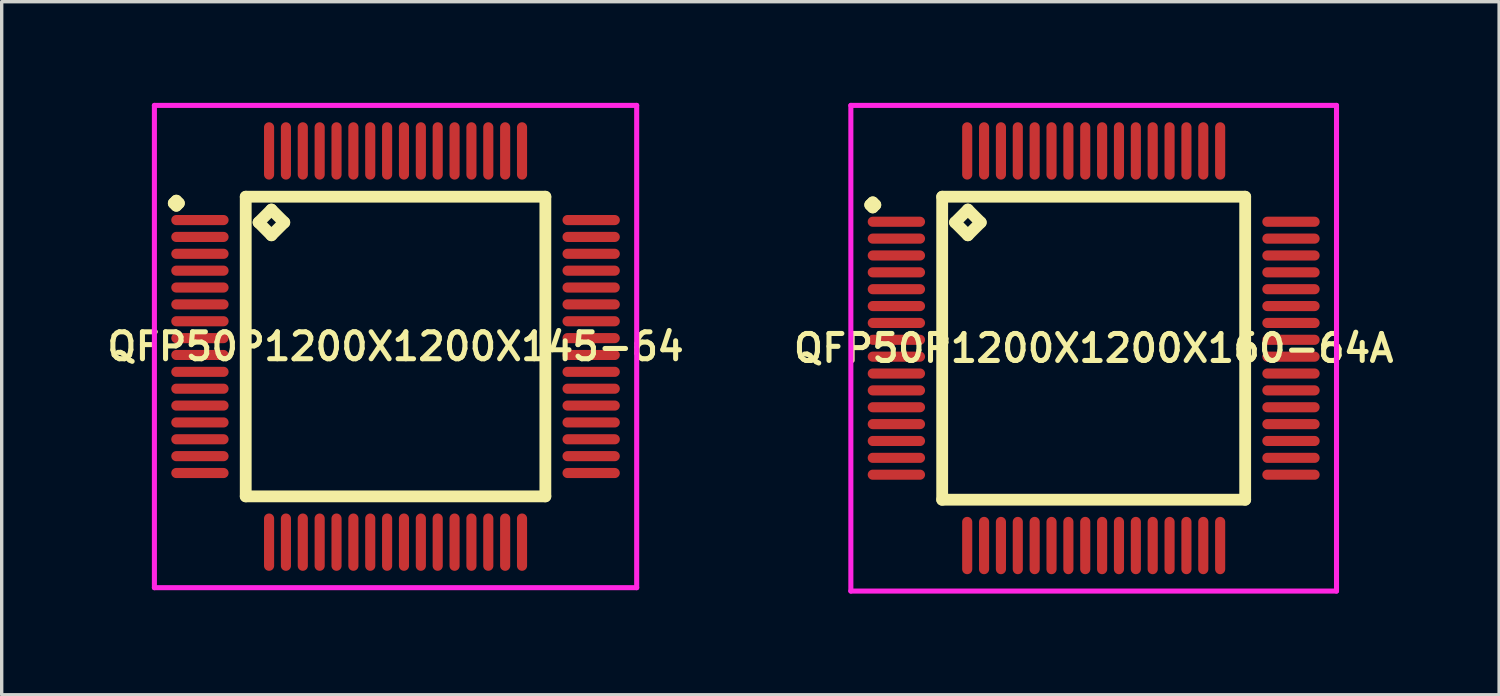
<source format=kicad_pcb>
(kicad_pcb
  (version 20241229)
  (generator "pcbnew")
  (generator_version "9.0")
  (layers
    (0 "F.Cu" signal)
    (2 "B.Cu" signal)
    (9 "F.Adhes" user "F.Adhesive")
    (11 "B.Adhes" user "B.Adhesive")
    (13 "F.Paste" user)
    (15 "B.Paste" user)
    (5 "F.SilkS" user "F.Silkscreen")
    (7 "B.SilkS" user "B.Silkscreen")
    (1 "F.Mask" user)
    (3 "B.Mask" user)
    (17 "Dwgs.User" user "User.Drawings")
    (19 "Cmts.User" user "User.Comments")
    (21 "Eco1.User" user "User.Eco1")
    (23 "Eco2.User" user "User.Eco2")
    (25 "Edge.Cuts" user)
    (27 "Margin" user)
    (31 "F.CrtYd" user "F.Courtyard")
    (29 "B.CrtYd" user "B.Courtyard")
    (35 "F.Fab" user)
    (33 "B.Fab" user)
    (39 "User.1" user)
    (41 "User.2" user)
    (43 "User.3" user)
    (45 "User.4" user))
  (footprint "QFP50P1200X1200X160-64A"
    (layer "F.Cu")
    (at 29.378 7.275)
    (property "Reference" "QFP50P1200X1200X160-64A" (at 0 0 0) (layer "F.SilkS") (effects (font (size 0.8 0.8) (thickness 0.15))))
    (attr through_hole)
    (fp_line (start -6.625 -4.25) (end -6.55 -4.325) (stroke (width 0.35) (type solid)) (layer "F.SilkS"))
    (fp_line (start -6.55 -4.325) (end -6.475 -4.25) (stroke (width 0.35) (type solid)) (layer "F.SilkS"))
    (fp_line (start -6.55 -4.175) (end -6.625 -4.25) (stroke (width 0.35) (type solid)) (layer "F.SilkS"))
    (fp_line (start -6.475 -4.25) (end -6.55 -4.175) (stroke (width 0.35) (type solid)) (layer "F.SilkS"))
    (fp_line (start -4.492 -4.492) (end -4.492 4.492) (stroke (width 0.35) (type solid)) (layer "F.SilkS"))
    (fp_line (start -4.492 4.492) (end 4.492 4.492) (stroke (width 0.35) (type solid)) (layer "F.SilkS"))
    (fp_line (start -4.111 -3.73) (end -3.73 -4.111) (stroke (width 0.35) (type solid)) (layer "F.SilkS"))
    (fp_line (start -3.73 -4.111) (end -3.349 -3.73) (stroke (width 0.35) (type solid)) (layer "F.SilkS"))
    (fp_line (start -3.73 -3.349) (end -4.111 -3.73) (stroke (width 0.35) (type solid)) (layer "F.SilkS"))
    (fp_line (start -3.349 -3.73) (end -3.73 -3.349) (stroke (width 0.35) (type solid)) (layer "F.SilkS"))
    (fp_line (start 4.492 -4.492) (end -4.492 -4.492) (stroke (width 0.35) (type solid)) (layer "F.SilkS"))
    (fp_line (start 4.492 4.492) (end 4.492 -4.492) (stroke (width 0.35) (type solid)) (layer "F.SilkS"))
    (fp_line (start -7.2 -7.2) (end 7.2 -7.2) (stroke (width 0.15) (type solid)) (layer "F.CrtYd"))
    (fp_line (start -7.2 7.2) (end -7.2 -7.2) (stroke (width 0.15) (type solid)) (layer "F.CrtYd"))
    (fp_line (start 7.2 -7.2) (end 7.2 7.2) (stroke (width 0.15) (type solid)) (layer "F.CrtYd"))
    (fp_line (start 7.2 7.2) (end -7.2 7.2) (stroke (width 0.15) (type solid)) (layer "F.CrtYd"))
    (pad "1" smd oval (at -5.85 -3.75) (size 1.7 0.3) (layers "F.Cu" "F.Mask" "F.Paste"))
    (pad "2" smd oval (at -5.85 -3.25) (size 1.7 0.3) (layers "F.Cu" "F.Mask" "F.Paste"))
    (pad "3" smd oval (at -5.85 -2.75) (size 1.7 0.3) (layers "F.Cu" "F.Mask" "F.Paste"))
    (pad "4" smd oval (at -5.85 -2.25) (size 1.7 0.3) (layers "F.Cu" "F.Mask" "F.Paste"))
    (pad "5" smd oval (at -5.85 -1.75) (size 1.7 0.3) (layers "F.Cu" "F.Mask" "F.Paste"))
    (pad "6" smd oval (at -5.85 -1.25) (size 1.7 0.3) (layers "F.Cu" "F.Mask" "F.Paste"))
    (pad "7" smd oval (at -5.85 -0.75) (size 1.7 0.3) (layers "F.Cu" "F.Mask" "F.Paste"))
    (pad "8" smd oval (at -5.85 -0.25) (size 1.7 0.3) (layers "F.Cu" "F.Mask" "F.Paste"))
    (pad "9" smd oval (at -5.85 0.25) (size 1.7 0.3) (layers "F.Cu" "F.Mask" "F.Paste"))
    (pad "10" smd oval (at -5.85 0.75) (size 1.7 0.3) (layers "F.Cu" "F.Mask" "F.Paste"))
    (pad "11" smd oval (at -5.85 1.25) (size 1.7 0.3) (layers "F.Cu" "F.Mask" "F.Paste"))
    (pad "12" smd oval (at -5.85 1.75) (size 1.7 0.3) (layers "F.Cu" "F.Mask" "F.Paste"))
    (pad "13" smd oval (at -5.85 2.25) (size 1.7 0.3) (layers "F.Cu" "F.Mask" "F.Paste"))
    (pad "14" smd oval (at -5.85 2.75) (size 1.7 0.3) (layers "F.Cu" "F.Mask" "F.Paste"))
    (pad "15" smd oval (at -5.85 3.25) (size 1.7 0.3) (layers "F.Cu" "F.Mask" "F.Paste"))
    (pad "16" smd oval (at -5.85 3.75) (size 1.7 0.3) (layers "F.Cu" "F.Mask" "F.Paste"))
    (pad "17" smd oval (at -3.75 5.85) (size 0.3 1.7) (layers "F.Cu" "F.Mask" "F.Paste"))
    (pad "18" smd oval (at -3.25 5.85) (size 0.3 1.7) (layers "F.Cu" "F.Mask" "F.Paste"))
    (pad "19" smd oval (at -2.75 5.85) (size 0.3 1.7) (layers "F.Cu" "F.Mask" "F.Paste"))
    (pad "20" smd oval (at -2.25 5.85) (size 0.3 1.7) (layers "F.Cu" "F.Mask" "F.Paste"))
    (pad "21" smd oval (at -1.75 5.85) (size 0.3 1.7) (layers "F.Cu" "F.Mask" "F.Paste"))
    (pad "22" smd oval (at -1.25 5.85) (size 0.3 1.7) (layers "F.Cu" "F.Mask" "F.Paste"))
    (pad "23" smd oval (at -0.75 5.85) (size 0.3 1.7) (layers "F.Cu" "F.Mask" "F.Paste"))
    (pad "24" smd oval (at -0.25 5.85) (size 0.3 1.7) (layers "F.Cu" "F.Mask" "F.Paste"))
    (pad "25" smd oval (at 0.25 5.85) (size 0.3 1.7) (layers "F.Cu" "F.Mask" "F.Paste"))
    (pad "26" smd oval (at 0.75 5.85) (size 0.3 1.7) (layers "F.Cu" "F.Mask" "F.Paste"))
    (pad "27" smd oval (at 1.25 5.85) (size 0.3 1.7) (layers "F.Cu" "F.Mask" "F.Paste"))
    (pad "28" smd oval (at 1.75 5.85) (size 0.3 1.7) (layers "F.Cu" "F.Mask" "F.Paste"))
    (pad "29" smd oval (at 2.25 5.85) (size 0.3 1.7) (layers "F.Cu" "F.Mask" "F.Paste"))
    (pad "30" smd oval (at 2.75 5.85) (size 0.3 1.7) (layers "F.Cu" "F.Mask" "F.Paste"))
    (pad "31" smd oval (at 3.25 5.85) (size 0.3 1.7) (layers "F.Cu" "F.Mask" "F.Paste"))
    (pad "32" smd oval (at 3.75 5.85) (size 0.3 1.7) (layers "F.Cu" "F.Mask" "F.Paste"))
    (pad "33" smd oval (at 5.85 3.75) (size 1.7 0.3) (layers "F.Cu" "F.Mask" "F.Paste"))
    (pad "34" smd oval (at 5.85 3.25) (size 1.7 0.3) (layers "F.Cu" "F.Mask" "F.Paste"))
    (pad "35" smd oval (at 5.85 2.75) (size 1.7 0.3) (layers "F.Cu" "F.Mask" "F.Paste"))
    (pad "36" smd oval (at 5.85 2.25) (size 1.7 0.3) (layers "F.Cu" "F.Mask" "F.Paste"))
    (pad "37" smd oval (at 5.85 1.75) (size 1.7 0.3) (layers "F.Cu" "F.Mask" "F.Paste"))
    (pad "38" smd oval (at 5.85 1.25) (size 1.7 0.3) (layers "F.Cu" "F.Mask" "F.Paste"))
    (pad "39" smd oval (at 5.85 0.75) (size 1.7 0.3) (layers "F.Cu" "F.Mask" "F.Paste"))
    (pad "40" smd oval (at 5.85 0.25) (size 1.7 0.3) (layers "F.Cu" "F.Mask" "F.Paste"))
    (pad "41" smd oval (at 5.85 -0.25) (size 1.7 0.3) (layers "F.Cu" "F.Mask" "F.Paste"))
    (pad "42" smd oval (at 5.85 -0.75) (size 1.7 0.3) (layers "F.Cu" "F.Mask" "F.Paste"))
    (pad "43" smd oval (at 5.85 -1.25) (size 1.7 0.3) (layers "F.Cu" "F.Mask" "F.Paste"))
    (pad "44" smd oval (at 5.85 -1.75) (size 1.7 0.3) (layers "F.Cu" "F.Mask" "F.Paste"))
    (pad "45" smd oval (at 5.85 -2.25) (size 1.7 0.3) (layers "F.Cu" "F.Mask" "F.Paste"))
    (pad "46" smd oval (at 5.85 -2.75) (size 1.7 0.3) (layers "F.Cu" "F.Mask" "F.Paste"))
    (pad "47" smd oval (at 5.85 -3.25) (size 1.7 0.3) (layers "F.Cu" "F.Mask" "F.Paste"))
    (pad "48" smd oval (at 5.85 -3.75) (size 1.7 0.3) (layers "F.Cu" "F.Mask" "F.Paste"))
    (pad "49" smd oval (at 3.75 -5.85) (size 0.3 1.7) (layers "F.Cu" "F.Mask" "F.Paste"))
    (pad "50" smd oval (at 3.25 -5.85) (size 0.3 1.7) (layers "F.Cu" "F.Mask" "F.Paste"))
    (pad "51" smd oval (at 2.75 -5.85) (size 0.3 1.7) (layers "F.Cu" "F.Mask" "F.Paste"))
    (pad "52" smd oval (at 2.25 -5.85) (size 0.3 1.7) (layers "F.Cu" "F.Mask" "F.Paste"))
    (pad "53" smd oval (at 1.75 -5.85) (size 0.3 1.7) (layers "F.Cu" "F.Mask" "F.Paste"))
    (pad "54" smd oval (at 1.25 -5.85) (size 0.3 1.7) (layers "F.Cu" "F.Mask" "F.Paste"))
    (pad "55" smd oval (at 0.75 -5.85) (size 0.3 1.7) (layers "F.Cu" "F.Mask" "F.Paste"))
    (pad "56" smd oval (at 0.25 -5.85) (size 0.3 1.7) (layers "F.Cu" "F.Mask" "F.Paste"))
    (pad "57" smd oval (at -0.25 -5.85) (size 0.3 1.7) (layers "F.Cu" "F.Mask" "F.Paste"))
    (pad "58" smd oval (at -0.75 -5.85) (size 0.3 1.7) (layers "F.Cu" "F.Mask" "F.Paste"))
    (pad "59" smd oval (at -1.25 -5.85) (size 0.3 1.7) (layers "F.Cu" "F.Mask" "F.Paste"))
    (pad "60" smd oval (at -1.75 -5.85) (size 0.3 1.7) (layers "F.Cu" "F.Mask" "F.Paste"))
    (pad "61" smd oval (at -2.25 -5.85) (size 0.3 1.7) (layers "F.Cu" "F.Mask" "F.Paste"))
    (pad "62" smd oval (at -2.75 -5.85) (size 0.3 1.7) (layers "F.Cu" "F.Mask" "F.Paste"))
    (pad "63" smd oval (at -3.25 -5.85) (size 0.3 1.7) (layers "F.Cu" "F.Mask" "F.Paste"))
    (pad "64" smd oval (at -3.75 -5.85) (size 0.3 1.7) (layers "F.Cu" "F.Mask" "F.Paste")))
  (footprint "QFP50P1200X1200X145-64"
    (layer "F.Cu")
    (at 8.678 7.225)
    (property "Reference" "QFP50P1200X1200X145-64" (at 0 0 0) (layer "F.SilkS") (effects (font (size 0.8 0.8) (thickness 0.15))))
    (attr smd)
    (fp_line (start -6.575 -4.25) (end -6.5 -4.325) (stroke (width 0.35) (type solid)) (layer "F.SilkS"))
    (fp_line (start -6.5 -4.325) (end -6.425 -4.25) (stroke (width 0.35) (type solid)) (layer "F.SilkS"))
    (fp_line (start -6.5 -4.175) (end -6.575 -4.25) (stroke (width 0.35) (type solid)) (layer "F.SilkS"))
    (fp_line (start -6.425 -4.25) (end -6.5 -4.175) (stroke (width 0.35) (type solid)) (layer "F.SilkS"))
    (fp_line (start -4.442 -4.442) (end -4.442 4.442) (stroke (width 0.35) (type solid)) (layer "F.SilkS"))
    (fp_line (start -4.442 4.442) (end 4.442 4.442) (stroke (width 0.35) (type solid)) (layer "F.SilkS"))
    (fp_line (start -4.061 -3.68) (end -3.68 -4.061) (stroke (width 0.35) (type solid)) (layer "F.SilkS"))
    (fp_line (start -3.68 -4.061) (end -3.299 -3.68) (stroke (width 0.35) (type solid)) (layer "F.SilkS"))
    (fp_line (start -3.68 -3.299) (end -4.061 -3.68) (stroke (width 0.35) (type solid)) (layer "F.SilkS"))
    (fp_line (start -3.299 -3.68) (end -3.68 -3.299) (stroke (width 0.35) (type solid)) (layer "F.SilkS"))
    (fp_line (start 4.442 -4.442) (end -4.442 -4.442) (stroke (width 0.35) (type solid)) (layer "F.SilkS"))
    (fp_line (start 4.442 4.442) (end 4.442 -4.442) (stroke (width 0.35) (type solid)) (layer "F.SilkS"))
    (fp_line (start -7.15 -7.15) (end 7.15 -7.15) (stroke (width 0.15) (type solid)) (layer "F.CrtYd"))
    (fp_line (start -7.15 7.15) (end -7.15 -7.15) (stroke (width 0.15) (type solid)) (layer "F.CrtYd"))
    (fp_line (start 7.15 -7.15) (end 7.15 7.15) (stroke (width 0.15) (type solid)) (layer "F.CrtYd"))
    (fp_line (start 7.15 7.15) (end -7.15 7.15) (stroke (width 0.15) (type solid)) (layer "F.CrtYd"))
    (pad "1" smd oval (at -5.8 -3.75) (size 1.7 0.3) (layers "F.Cu" "F.Mask" "F.Paste"))
    (pad "2" smd oval (at -5.8 -3.25) (size 1.7 0.3) (layers "F.Cu" "F.Mask" "F.Paste"))
    (pad "3" smd oval (at -5.8 -2.75) (size 1.7 0.3) (layers "F.Cu" "F.Mask" "F.Paste"))
    (pad "4" smd oval (at -5.8 -2.25) (size 1.7 0.3) (layers "F.Cu" "F.Mask" "F.Paste"))
    (pad "5" smd oval (at -5.8 -1.75) (size 1.7 0.3) (layers "F.Cu" "F.Mask" "F.Paste"))
    (pad "6" smd oval (at -5.8 -1.25) (size 1.7 0.3) (layers "F.Cu" "F.Mask" "F.Paste"))
    (pad "7" smd oval (at -5.8 -0.75) (size 1.7 0.3) (layers "F.Cu" "F.Mask" "F.Paste"))
    (pad "8" smd oval (at -5.8 -0.25) (size 1.7 0.3) (layers "F.Cu" "F.Mask" "F.Paste"))
    (pad "9" smd oval (at -5.8 0.25) (size 1.7 0.3) (layers "F.Cu" "F.Mask" "F.Paste"))
    (pad "10" smd oval (at -5.8 0.75) (size 1.7 0.3) (layers "F.Cu" "F.Mask" "F.Paste"))
    (pad "11" smd oval (at -5.8 1.25) (size 1.7 0.3) (layers "F.Cu" "F.Mask" "F.Paste"))
    (pad "12" smd oval (at -5.8 1.75) (size 1.7 0.3) (layers "F.Cu" "F.Mask" "F.Paste"))
    (pad "13" smd oval (at -5.8 2.25) (size 1.7 0.3) (layers "F.Cu" "F.Mask" "F.Paste"))
    (pad "14" smd oval (at -5.8 2.75) (size 1.7 0.3) (layers "F.Cu" "F.Mask" "F.Paste"))
    (pad "15" smd oval (at -5.8 3.25) (size 1.7 0.3) (layers "F.Cu" "F.Mask" "F.Paste"))
    (pad "16" smd oval (at -5.8 3.75) (size 1.7 0.3) (layers "F.Cu" "F.Mask" "F.Paste"))
    (pad "17" smd oval (at -3.75 5.8) (size 0.3 1.7) (layers "F.Cu" "F.Mask" "F.Paste"))
    (pad "18" smd oval (at -3.25 5.8) (size 0.3 1.7) (layers "F.Cu" "F.Mask" "F.Paste"))
    (pad "19" smd oval (at -2.75 5.8) (size 0.3 1.7) (layers "F.Cu" "F.Mask" "F.Paste"))
    (pad "20" smd oval (at -2.25 5.8) (size 0.3 1.7) (layers "F.Cu" "F.Mask" "F.Paste"))
    (pad "21" smd oval (at -1.75 5.8) (size 0.3 1.7) (layers "F.Cu" "F.Mask" "F.Paste"))
    (pad "22" smd oval (at -1.25 5.8) (size 0.3 1.7) (layers "F.Cu" "F.Mask" "F.Paste"))
    (pad "23" smd oval (at -0.75 5.8) (size 0.3 1.7) (layers "F.Cu" "F.Mask" "F.Paste"))
    (pad "24" smd oval (at -0.25 5.8) (size 0.3 1.7) (layers "F.Cu" "F.Mask" "F.Paste"))
    (pad "25" smd oval (at 0.25 5.8) (size 0.3 1.7) (layers "F.Cu" "F.Mask" "F.Paste"))
    (pad "26" smd oval (at 0.75 5.8) (size 0.3 1.7) (layers "F.Cu" "F.Mask" "F.Paste"))
    (pad "27" smd oval (at 1.25 5.8) (size 0.3 1.7) (layers "F.Cu" "F.Mask" "F.Paste"))
    (pad "28" smd oval (at 1.75 5.8) (size 0.3 1.7) (layers "F.Cu" "F.Mask" "F.Paste"))
    (pad "29" smd oval (at 2.25 5.8) (size 0.3 1.7) (layers "F.Cu" "F.Mask" "F.Paste"))
    (pad "30" smd oval (at 2.75 5.8) (size 0.3 1.7) (layers "F.Cu" "F.Mask" "F.Paste"))
    (pad "31" smd oval (at 3.25 5.8) (size 0.3 1.7) (layers "F.Cu" "F.Mask" "F.Paste"))
    (pad "32" smd oval (at 3.75 5.8) (size 0.3 1.7) (layers "F.Cu" "F.Mask" "F.Paste"))
    (pad "33" smd oval (at 5.8 3.75) (size 1.7 0.3) (layers "F.Cu" "F.Mask" "F.Paste"))
    (pad "34" smd oval (at 5.8 3.25) (size 1.7 0.3) (layers "F.Cu" "F.Mask" "F.Paste"))
    (pad "35" smd oval (at 5.8 2.75) (size 1.7 0.3) (layers "F.Cu" "F.Mask" "F.Paste"))
    (pad "36" smd oval (at 5.8 2.25) (size 1.7 0.3) (layers "F.Cu" "F.Mask" "F.Paste"))
    (pad "37" smd oval (at 5.8 1.75) (size 1.7 0.3) (layers "F.Cu" "F.Mask" "F.Paste"))
    (pad "38" smd oval (at 5.8 1.25) (size 1.7 0.3) (layers "F.Cu" "F.Mask" "F.Paste"))
    (pad "39" smd oval (at 5.8 0.75) (size 1.7 0.3) (layers "F.Cu" "F.Mask" "F.Paste"))
    (pad "40" smd oval (at 5.8 0.25) (size 1.7 0.3) (layers "F.Cu" "F.Mask" "F.Paste"))
    (pad "41" smd oval (at 5.8 -0.25) (size 1.7 0.3) (layers "F.Cu" "F.Mask" "F.Paste"))
    (pad "42" smd oval (at 5.8 -0.75) (size 1.7 0.3) (layers "F.Cu" "F.Mask" "F.Paste"))
    (pad "43" smd oval (at 5.8 -1.25) (size 1.7 0.3) (layers "F.Cu" "F.Mask" "F.Paste"))
    (pad "44" smd oval (at 5.8 -1.75) (size 1.7 0.3) (layers "F.Cu" "F.Mask" "F.Paste"))
    (pad "45" smd oval (at 5.8 -2.25) (size 1.7 0.3) (layers "F.Cu" "F.Mask" "F.Paste"))
    (pad "46" smd oval (at 5.8 -2.75) (size 1.7 0.3) (layers "F.Cu" "F.Mask" "F.Paste"))
    (pad "47" smd oval (at 5.8 -3.25) (size 1.7 0.3) (layers "F.Cu" "F.Mask" "F.Paste"))
    (pad "48" smd oval (at 5.8 -3.75) (size 1.7 0.3) (layers "F.Cu" "F.Mask" "F.Paste"))
    (pad "49" smd oval (at 3.75 -5.8) (size 0.3 1.7) (layers "F.Cu" "F.Mask" "F.Paste"))
    (pad "50" smd oval (at 3.25 -5.8) (size 0.3 1.7) (layers "F.Cu" "F.Mask" "F.Paste"))
    (pad "51" smd oval (at 2.75 -5.8) (size 0.3 1.7) (layers "F.Cu" "F.Mask" "F.Paste"))
    (pad "52" smd oval (at 2.25 -5.8) (size 0.3 1.7) (layers "F.Cu" "F.Mask" "F.Paste"))
    (pad "53" smd oval (at 1.75 -5.8) (size 0.3 1.7) (layers "F.Cu" "F.Mask" "F.Paste"))
    (pad "54" smd oval (at 1.25 -5.8) (size 0.3 1.7) (layers "F.Cu" "F.Mask" "F.Paste"))
    (pad "55" smd oval (at 0.75 -5.8) (size 0.3 1.7) (layers "F.Cu" "F.Mask" "F.Paste"))
    (pad "56" smd oval (at 0.25 -5.8) (size 0.3 1.7) (layers "F.Cu" "F.Mask" "F.Paste"))
    (pad "57" smd oval (at -0.25 -5.8) (size 0.3 1.7) (layers "F.Cu" "F.Mask" "F.Paste"))
    (pad "58" smd oval (at -0.75 -5.8) (size 0.3 1.7) (layers "F.Cu" "F.Mask" "F.Paste"))
    (pad "59" smd oval (at -1.25 -5.8) (size 0.3 1.7) (layers "F.Cu" "F.Mask" "F.Paste"))
    (pad "60" smd oval (at -1.75 -5.8) (size 0.3 1.7) (layers "F.Cu" "F.Mask" "F.Paste"))
    (pad "61" smd oval (at -2.25 -5.8) (size 0.3 1.7) (layers "F.Cu" "F.Mask" "F.Paste"))
    (pad "62" smd oval (at -2.75 -5.8) (size 0.3 1.7) (layers "F.Cu" "F.Mask" "F.Paste"))
    (pad "63" smd oval (at -3.25 -5.8) (size 0.3 1.7) (layers "F.Cu" "F.Mask" "F.Paste"))
    (pad "64" smd oval (at -3.75 -5.8) (size 0.3 1.7) (layers "F.Cu" "F.Mask" "F.Paste")))
  (gr_rect
    (start -3 -3)
    (end 41.399 17.55)
    (stroke (width 0.1) (type default))
    (fill no)
    (layer "Edge.Cuts")))
</source>
